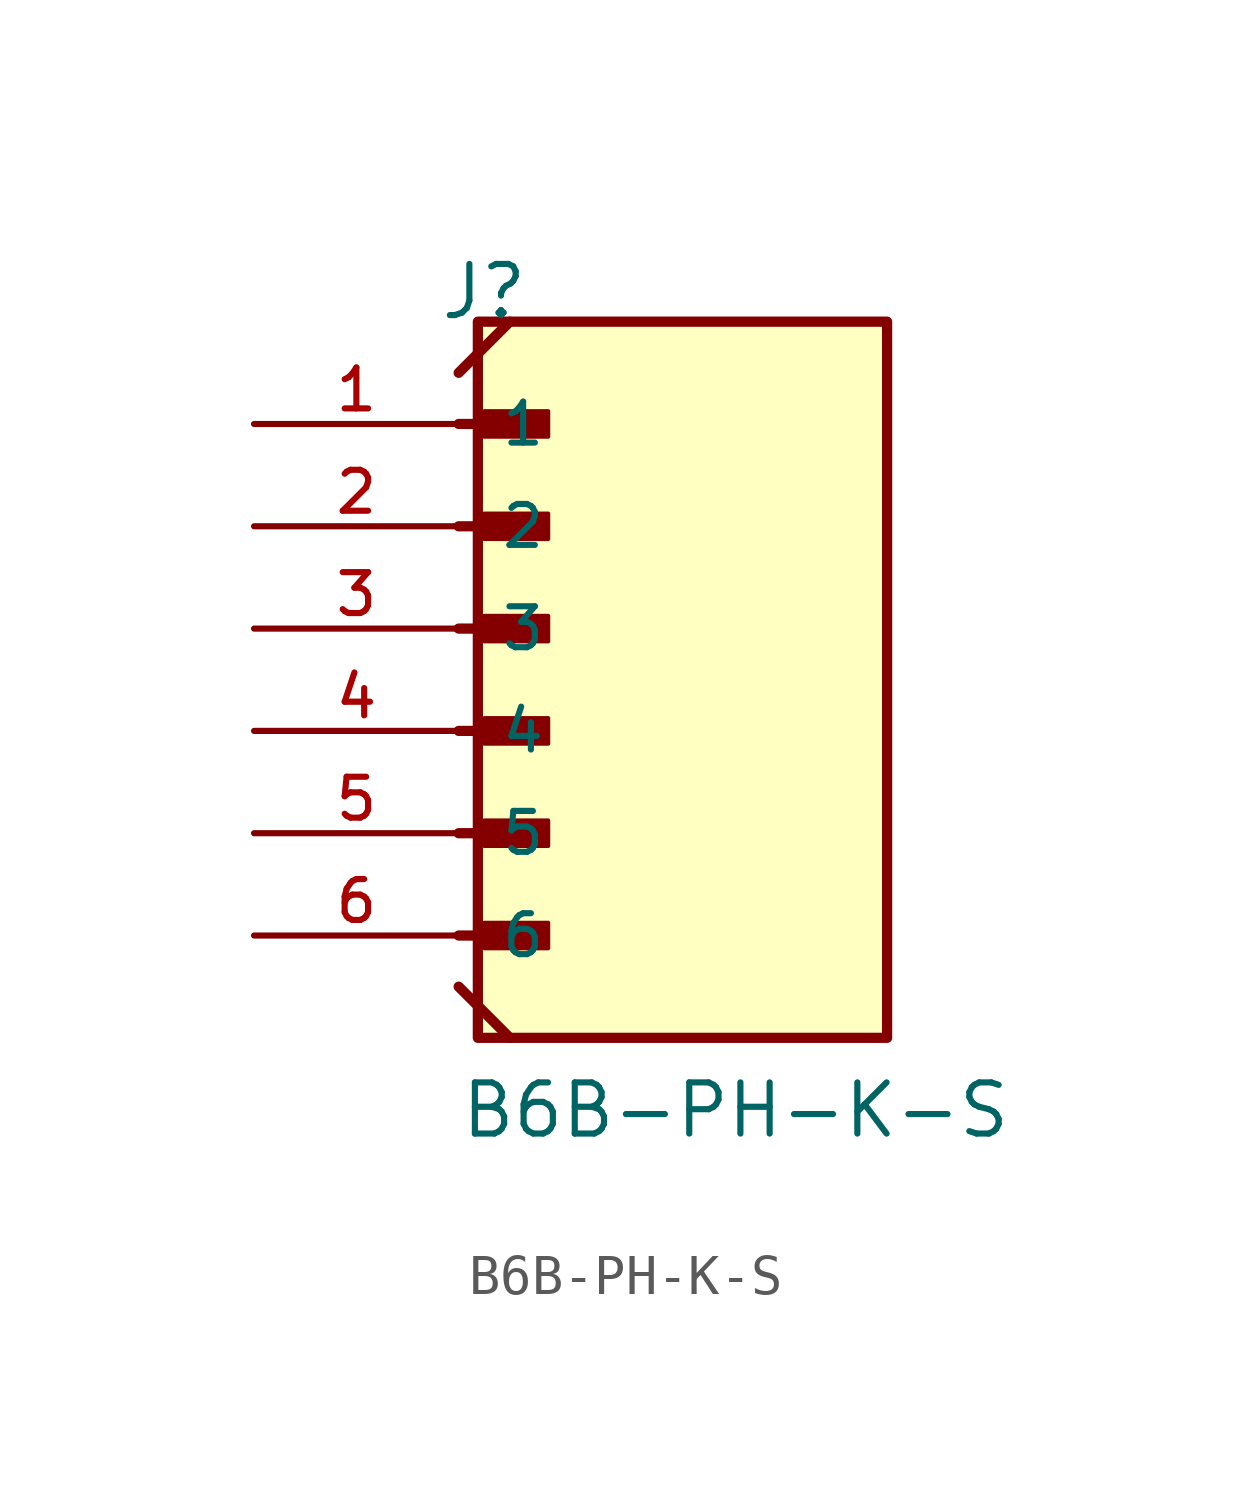
<source format=kicad_sym>
(kicad_symbol_lib
  (version 20211014)
  (generator kicad_symbol_editor)
  (symbol "B6B-PH-K-S"
    (pin_names
      (offset 1.016))
    (property "Reference" "J"
      (at -5.58 10.16 0)
      (effects (font (size 1.27 1.27)) (justify bottom left)))
    (property "Value" "B6B-PH-K-S"
      (at -5.08 -10.16 0)
      (effects (font (size 1.27 1.27)) (justify bottom left)))
    (symbol "B6B-PH-K-S_0_0"
      (polyline (pts (xy -5.08 7.62) (xy -3.175 7.62)) (stroke (width 0.254)))
      (rectangle (start -4.445 7.303) (end -2.857 7.938) (stroke (width 0.1)) (fill (type outline)))
      (polyline (pts (xy -5.08 5.08) (xy -3.175 5.08)) (stroke (width 0.254)))
      (rectangle (start -4.445 4.763) (end -2.857 5.397) (stroke (width 0.1)) (fill (type outline)))
      (polyline (pts (xy -5.08 2.54) (xy -3.175 2.54)) (stroke (width 0.254)))
      (rectangle (start -4.445 2.223) (end -2.857 2.857) (stroke (width 0.1)) (fill (type outline)))
      (polyline (pts (xy -5.08 0.0) (xy -3.175 0.0)) (stroke (width 0.254)))
      (rectangle (start -4.445 -0.318) (end -2.857 0.318) (stroke (width 0.1)) (fill (type outline)))
      (polyline (pts (xy -5.08 -2.54) (xy -3.175 -2.54)) (stroke (width 0.254)))
      (rectangle (start -4.445 -2.857) (end -2.857 -2.223) (stroke (width 0.1)) (fill (type outline)))
      (polyline (pts (xy -5.08 -5.08) (xy -3.175 -5.08)) (stroke (width 0.254)))
      (rectangle (start -4.445 -5.397) (end -2.857 -4.763) (stroke (width 0.1)) (fill (type outline)))
      (polyline (pts (xy -5.08 -6.35) (xy -3.81 -7.62)) (stroke (width 0.254)))
      (polyline (pts (xy -5.08 8.89) (xy -3.81 10.16)) (stroke (width 0.254)))
      (rectangle (start -4.604 -7.62) (end 5.556 10.16) (stroke (width 0.254)) (fill (type background)))
      (pin passive line (at -10.16 7.62 0) (length 5.08) (name "1" (effects (font (size 1.016 1.016)))) (number "1" (effects (font (size 1.016 1.016)))))
      (pin passive line (at -10.16 5.08 0) (length 5.08) (name "2" (effects (font (size 1.016 1.016)))) (number "2" (effects (font (size 1.016 1.016)))))
      (pin passive line (at -10.16 2.54 0) (length 5.08) (name "3" (effects (font (size 1.016 1.016)))) (number "3" (effects (font (size 1.016 1.016)))))
      (pin passive line (at -10.16 0.0 0) (length 5.08) (name "4" (effects (font (size 1.016 1.016)))) (number "4" (effects (font (size 1.016 1.016)))))
      (pin passive line (at -10.16 -2.54 0) (length 5.08) (name "5" (effects (font (size 1.016 1.016)))) (number "5" (effects (font (size 1.016 1.016)))))
      (pin passive line (at -10.16 -5.08 0) (length 5.08) (name "6" (effects (font (size 1.016 1.016)))) (number "6" (effects (font (size 1.016 1.016))))))))
</source>
